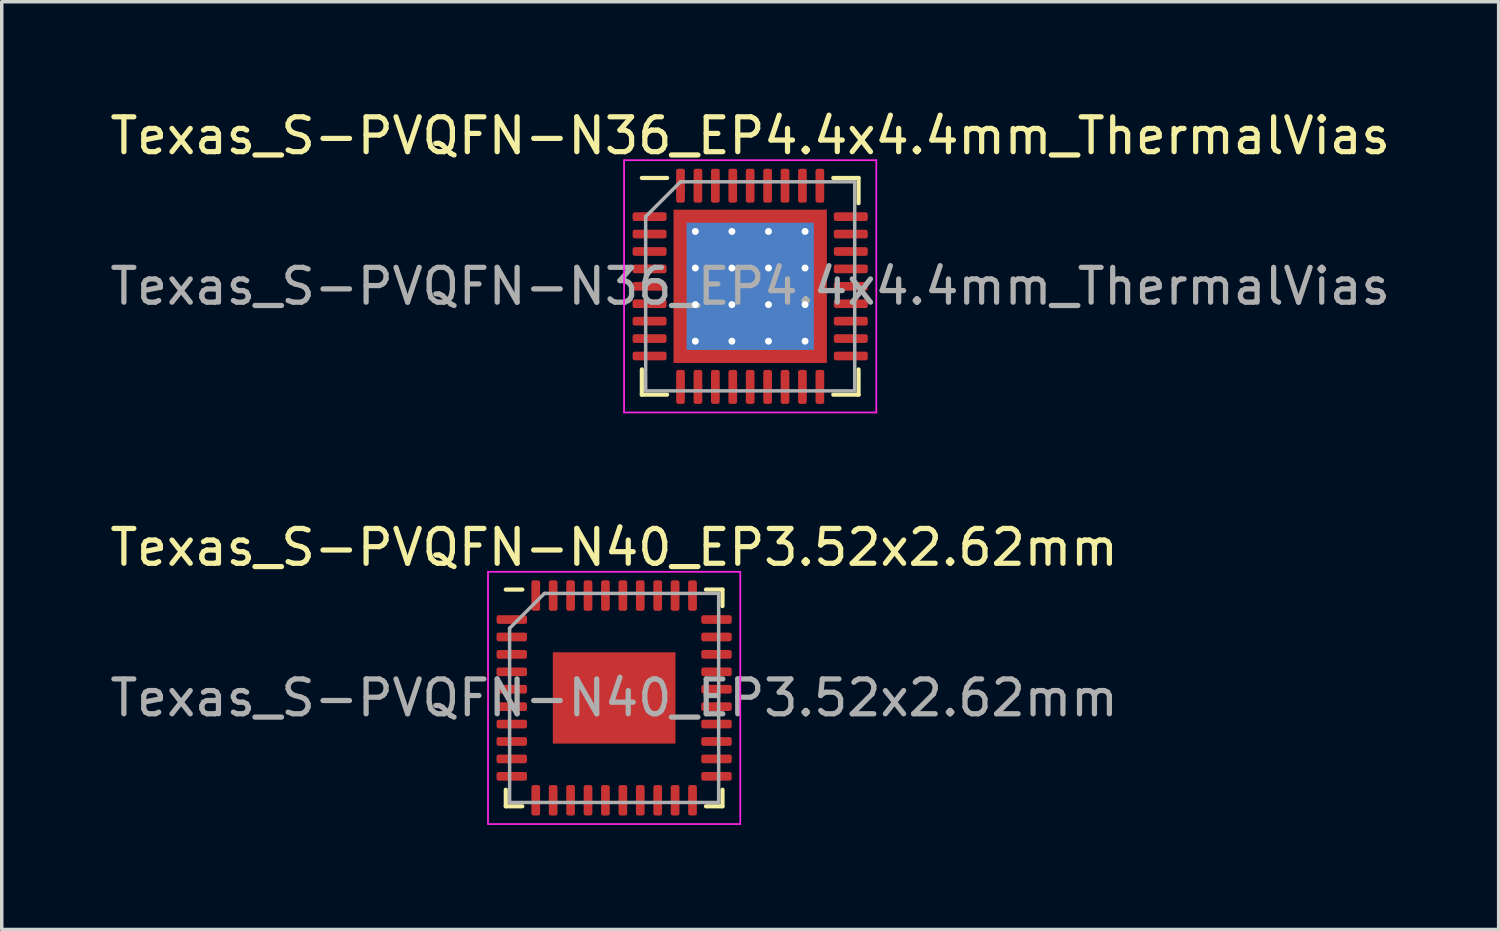
<source format=kicad_pcb>
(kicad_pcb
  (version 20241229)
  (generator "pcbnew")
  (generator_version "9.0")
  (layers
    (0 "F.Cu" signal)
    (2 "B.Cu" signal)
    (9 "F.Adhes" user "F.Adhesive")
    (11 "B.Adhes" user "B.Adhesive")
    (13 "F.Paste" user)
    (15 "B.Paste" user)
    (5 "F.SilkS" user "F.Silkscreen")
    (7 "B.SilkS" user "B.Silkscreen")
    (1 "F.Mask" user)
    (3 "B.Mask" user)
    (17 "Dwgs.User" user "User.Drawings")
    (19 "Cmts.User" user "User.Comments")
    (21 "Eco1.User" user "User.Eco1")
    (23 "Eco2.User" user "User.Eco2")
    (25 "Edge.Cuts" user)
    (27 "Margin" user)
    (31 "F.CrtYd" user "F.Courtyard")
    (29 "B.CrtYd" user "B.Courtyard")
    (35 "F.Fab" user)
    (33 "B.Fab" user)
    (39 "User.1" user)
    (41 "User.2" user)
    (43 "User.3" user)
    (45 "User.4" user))
  (footprint "Texas_S-PVQFN-N40_EP3.52x2.62mm"
    (layer "F.Cu")
    (at 14.577 16.982)
    (property "Reference" "Texas_S-PVQFN-N40_EP3.52x2.62mm" (at 0 -4.32 0) (layer "F.SilkS") (effects (font (size 1 1) (thickness 0.15))))
    (attr smd)
    (fp_line (start -3.11 3.11) (end -3.11 2.635) (stroke (width 0.12) (type solid)) (layer "F.SilkS"))
    (fp_line (start -2.635 -3.11) (end -3.11 -3.11) (stroke (width 0.12) (type solid)) (layer "F.SilkS"))
    (fp_line (start -2.635 3.11) (end -3.11 3.11) (stroke (width 0.12) (type solid)) (layer "F.SilkS"))
    (fp_line (start 2.635 -3.11) (end 3.11 -3.11) (stroke (width 0.12) (type solid)) (layer "F.SilkS"))
    (fp_line (start 2.635 3.11) (end 3.11 3.11) (stroke (width 0.12) (type solid)) (layer "F.SilkS"))
    (fp_line (start 3.11 -3.11) (end 3.11 -2.635) (stroke (width 0.12) (type solid)) (layer "F.SilkS"))
    (fp_line (start 3.11 3.11) (end 3.11 2.635) (stroke (width 0.12) (type solid)) (layer "F.SilkS"))
    (fp_line (start -3.62 -3.62) (end -3.62 3.62) (stroke (width 0.05) (type solid)) (layer "F.CrtYd"))
    (fp_line (start -3.62 3.62) (end 3.62 3.62) (stroke (width 0.05) (type solid)) (layer "F.CrtYd"))
    (fp_line (start 3.62 -3.62) (end -3.62 -3.62) (stroke (width 0.05) (type solid)) (layer "F.CrtYd"))
    (fp_line (start 3.62 3.62) (end 3.62 -3.62) (stroke (width 0.05) (type solid)) (layer "F.CrtYd"))
    (fp_line (start -3 -2) (end -2 -3) (stroke (width 0.1) (type solid)) (layer "F.Fab"))
    (fp_line (start -3 3) (end -3 -2) (stroke (width 0.1) (type solid)) (layer "F.Fab"))
    (fp_line (start -2 -3) (end 3 -3) (stroke (width 0.1) (type solid)) (layer "F.Fab"))
    (fp_line (start 3 -3) (end 3 3) (stroke (width 0.1) (type solid)) (layer "F.Fab"))
    (fp_line (start 3 3) (end -3 3) (stroke (width 0.1) (type solid)) (layer "F.Fab"))
    (fp_text user "${REFERENCE}" (at 0 0 0) (layer "F.Fab") (effects (font (size 1 1) (thickness 0.15))))
    (pad "" smd roundrect (at -1.17 -0.655) (size 0.95 1.06) (layers "F.Paste") (roundrect_rratio 0.25))
    (pad "" smd roundrect (at -1.17 0.655) (size 0.95 1.06) (layers "F.Paste") (roundrect_rratio 0.25))
    (pad "" smd roundrect (at 0 -0.655) (size 0.95 1.06) (layers "F.Paste") (roundrect_rratio 0.25))
    (pad "" smd roundrect (at 0 0.655) (size 0.95 1.06) (layers "F.Paste") (roundrect_rratio 0.25))
    (pad "" smd roundrect (at 1.17 -0.655) (size 0.95 1.06) (layers "F.Paste") (roundrect_rratio 0.25))
    (pad "" smd roundrect (at 1.17 0.655) (size 0.95 1.06) (layers "F.Paste") (roundrect_rratio 0.25))
    (pad "1" smd roundrect (at -2.938 -2.25) (size 0.875 0.25) (layers "F.Cu" "F.Mask" "F.Paste") (roundrect_rratio 0.25))
    (pad "2" smd roundrect (at -2.938 -1.75) (size 0.875 0.25) (layers "F.Cu" "F.Mask" "F.Paste") (roundrect_rratio 0.25))
    (pad "3" smd roundrect (at -2.938 -1.25) (size 0.875 0.25) (layers "F.Cu" "F.Mask" "F.Paste") (roundrect_rratio 0.25))
    (pad "4" smd roundrect (at -2.938 -0.75) (size 0.875 0.25) (layers "F.Cu" "F.Mask" "F.Paste") (roundrect_rratio 0.25))
    (pad "5" smd roundrect (at -2.938 -0.25) (size 0.875 0.25) (layers "F.Cu" "F.Mask" "F.Paste") (roundrect_rratio 0.25))
    (pad "6" smd roundrect (at -2.938 0.25) (size 0.875 0.25) (layers "F.Cu" "F.Mask" "F.Paste") (roundrect_rratio 0.25))
    (pad "7" smd roundrect (at -2.938 0.75) (size 0.875 0.25) (layers "F.Cu" "F.Mask" "F.Paste") (roundrect_rratio 0.25))
    (pad "8" smd roundrect (at -2.938 1.25) (size 0.875 0.25) (layers "F.Cu" "F.Mask" "F.Paste") (roundrect_rratio 0.25))
    (pad "9" smd roundrect (at -2.938 1.75) (size 0.875 0.25) (layers "F.Cu" "F.Mask" "F.Paste") (roundrect_rratio 0.25))
    (pad "10" smd roundrect (at -2.938 2.25) (size 0.875 0.25) (layers "F.Cu" "F.Mask" "F.Paste") (roundrect_rratio 0.25))
    (pad "11" smd roundrect (at -2.25 2.938) (size 0.25 0.875) (layers "F.Cu" "F.Mask" "F.Paste") (roundrect_rratio 0.25))
    (pad "12" smd roundrect (at -1.75 2.938) (size 0.25 0.875) (layers "F.Cu" "F.Mask" "F.Paste") (roundrect_rratio 0.25))
    (pad "13" smd roundrect (at -1.25 2.938) (size 0.25 0.875) (layers "F.Cu" "F.Mask" "F.Paste") (roundrect_rratio 0.25))
    (pad "14" smd roundrect (at -0.75 2.938) (size 0.25 0.875) (layers "F.Cu" "F.Mask" "F.Paste") (roundrect_rratio 0.25))
    (pad "15" smd roundrect (at -0.25 2.938) (size 0.25 0.875) (layers "F.Cu" "F.Mask" "F.Paste") (roundrect_rratio 0.25))
    (pad "16" smd roundrect (at 0.25 2.938) (size 0.25 0.875) (layers "F.Cu" "F.Mask" "F.Paste") (roundrect_rratio 0.25))
    (pad "17" smd roundrect (at 0.75 2.938) (size 0.25 0.875) (layers "F.Cu" "F.Mask" "F.Paste") (roundrect_rratio 0.25))
    (pad "18" smd roundrect (at 1.25 2.938) (size 0.25 0.875) (layers "F.Cu" "F.Mask" "F.Paste") (roundrect_rratio 0.25))
    (pad "19" smd roundrect (at 1.75 2.938) (size 0.25 0.875) (layers "F.Cu" "F.Mask" "F.Paste") (roundrect_rratio 0.25))
    (pad "20" smd roundrect (at 2.25 2.938) (size 0.25 0.875) (layers "F.Cu" "F.Mask" "F.Paste") (roundrect_rratio 0.25))
    (pad "21" smd roundrect (at 2.938 2.25) (size 0.875 0.25) (layers "F.Cu" "F.Mask" "F.Paste") (roundrect_rratio 0.25))
    (pad "22" smd roundrect (at 2.938 1.75) (size 0.875 0.25) (layers "F.Cu" "F.Mask" "F.Paste") (roundrect_rratio 0.25))
    (pad "23" smd roundrect (at 2.938 1.25) (size 0.875 0.25) (layers "F.Cu" "F.Mask" "F.Paste") (roundrect_rratio 0.25))
    (pad "24" smd roundrect (at 2.938 0.75) (size 0.875 0.25) (layers "F.Cu" "F.Mask" "F.Paste") (roundrect_rratio 0.25))
    (pad "25" smd roundrect (at 2.938 0.25) (size 0.875 0.25) (layers "F.Cu" "F.Mask" "F.Paste") (roundrect_rratio 0.25))
    (pad "26" smd roundrect (at 2.938 -0.25) (size 0.875 0.25) (layers "F.Cu" "F.Mask" "F.Paste") (roundrect_rratio 0.25))
    (pad "27" smd roundrect (at 2.938 -0.75) (size 0.875 0.25) (layers "F.Cu" "F.Mask" "F.Paste") (roundrect_rratio 0.25))
    (pad "28" smd roundrect (at 2.938 -1.25) (size 0.875 0.25) (layers "F.Cu" "F.Mask" "F.Paste") (roundrect_rratio 0.25))
    (pad "29" smd roundrect (at 2.938 -1.75) (size 0.875 0.25) (layers "F.Cu" "F.Mask" "F.Paste") (roundrect_rratio 0.25))
    (pad "30" smd roundrect (at 2.938 -2.25) (size 0.875 0.25) (layers "F.Cu" "F.Mask" "F.Paste") (roundrect_rratio 0.25))
    (pad "31" smd roundrect (at 2.25 -2.938) (size 0.25 0.875) (layers "F.Cu" "F.Mask" "F.Paste") (roundrect_rratio 0.25))
    (pad "32" smd roundrect (at 1.75 -2.938) (size 0.25 0.875) (layers "F.Cu" "F.Mask" "F.Paste") (roundrect_rratio 0.25))
    (pad "33" smd roundrect (at 1.25 -2.938) (size 0.25 0.875) (layers "F.Cu" "F.Mask" "F.Paste") (roundrect_rratio 0.25))
    (pad "34" smd roundrect (at 0.75 -2.938) (size 0.25 0.875) (layers "F.Cu" "F.Mask" "F.Paste") (roundrect_rratio 0.25))
    (pad "35" smd roundrect (at 0.25 -2.938) (size 0.25 0.875) (layers "F.Cu" "F.Mask" "F.Paste") (roundrect_rratio 0.25))
    (pad "36" smd roundrect (at -0.25 -2.938) (size 0.25 0.875) (layers "F.Cu" "F.Mask" "F.Paste") (roundrect_rratio 0.25))
    (pad "37" smd roundrect (at -0.75 -2.938) (size 0.25 0.875) (layers "F.Cu" "F.Mask" "F.Paste") (roundrect_rratio 0.25))
    (pad "38" smd roundrect (at -1.25 -2.938) (size 0.25 0.875) (layers "F.Cu" "F.Mask" "F.Paste") (roundrect_rratio 0.25))
    (pad "39" smd roundrect (at -1.75 -2.938) (size 0.25 0.875) (layers "F.Cu" "F.Mask" "F.Paste") (roundrect_rratio 0.25))
    (pad "40" smd roundrect (at -2.25 -2.938) (size 0.25 0.875) (layers "F.Cu" "F.Mask" "F.Paste") (roundrect_rratio 0.25))
    (pad "41" smd rect (at 0 0) (size 3.52 2.62) (layers "F.Cu" "F.Mask")))
  (footprint "Texas_S-PVQFN-N36_EP4.4x4.4mm_ThermalVias"
    (layer "F.Cu")
    (at 18.482 5.168)
    (property "Reference" "Texas_S-PVQFN-N36_EP4.4x4.4mm_ThermalVias" (at 0 -4.32 0) (layer "F.SilkS") (effects (font (size 1 1) (thickness 0.15))))
    (attr smd)
    (fp_line (start -3.11 3.11) (end -3.11 2.385) (stroke (width 0.12) (type solid)) (layer "F.SilkS"))
    (fp_line (start -2.385 -3.11) (end -3.11 -3.11) (stroke (width 0.12) (type solid)) (layer "F.SilkS"))
    (fp_line (start -2.385 3.11) (end -3.11 3.11) (stroke (width 0.12) (type solid)) (layer "F.SilkS"))
    (fp_line (start 2.385 -3.11) (end 3.11 -3.11) (stroke (width 0.12) (type solid)) (layer "F.SilkS"))
    (fp_line (start 2.385 3.11) (end 3.11 3.11) (stroke (width 0.12) (type solid)) (layer "F.SilkS"))
    (fp_line (start 3.11 -3.11) (end 3.11 -2.385) (stroke (width 0.12) (type solid)) (layer "F.SilkS"))
    (fp_line (start 3.11 3.11) (end 3.11 2.385) (stroke (width 0.12) (type solid)) (layer "F.SilkS"))
    (fp_line (start -3.62 -3.62) (end -3.62 3.62) (stroke (width 0.05) (type solid)) (layer "F.CrtYd"))
    (fp_line (start -3.62 3.62) (end 3.62 3.62) (stroke (width 0.05) (type solid)) (layer "F.CrtYd"))
    (fp_line (start 3.62 -3.62) (end -3.62 -3.62) (stroke (width 0.05) (type solid)) (layer "F.CrtYd"))
    (fp_line (start 3.62 3.62) (end 3.62 -3.62) (stroke (width 0.05) (type solid)) (layer "F.CrtYd"))
    (fp_line (start -3 -2) (end -2 -3) (stroke (width 0.1) (type solid)) (layer "F.Fab"))
    (fp_line (start -3 3) (end -3 -2) (stroke (width 0.1) (type solid)) (layer "F.Fab"))
    (fp_line (start -2 -3) (end 3 -3) (stroke (width 0.1) (type solid)) (layer "F.Fab"))
    (fp_line (start 3 -3) (end 3 3) (stroke (width 0.1) (type solid)) (layer "F.Fab"))
    (fp_line (start 3 3) (end -3 3) (stroke (width 0.1) (type solid)) (layer "F.Fab"))
    (fp_text user "${REFERENCE}" (at 0 0 0) (layer "F.Fab") (effects (font (size 1 1) (thickness 0.15))))
    (pad "" smd custom (at -1.887 -1.887) (size 0.39 0.39) (layers "F.Paste") (options (anchor circle)) (primitives (gr_poly (pts (xy -0.138 -0.138) (xy 0.138 -0.138) (xy 0.138 0.043) (xy 0.043 0.138) (xy -0.138 0.138)) (width 0.229) (fill yes))))
    (pad "" smd custom (at -1.887 -1.05) (size 0.419 0.419) (layers "F.Paste") (options (anchor circle)) (primitives (gr_poly (pts (xy -0.167 -0.338) (xy 0.096 -0.338) (xy 0.167 -0.267) (xy 0.167 0.267) (xy 0.096 0.338) (xy -0.167 0.338)) (width 0.17) (fill yes))))
    (pad "" smd custom (at -1.887 0) (size 0.419 0.419) (layers "F.Paste") (options (anchor circle)) (primitives (gr_poly (pts (xy -0.167 -0.338) (xy 0.096 -0.338) (xy 0.167 -0.267) (xy 0.167 0.267) (xy 0.096 0.338) (xy -0.167 0.338)) (width 0.17) (fill yes))))
    (pad "" smd custom (at -1.887 1.05) (size 0.419 0.419) (layers "F.Paste") (options (anchor circle)) (primitives (gr_poly (pts (xy -0.167 -0.338) (xy 0.096 -0.338) (xy 0.167 -0.267) (xy 0.167 0.267) (xy 0.096 0.338) (xy -0.167 0.338)) (width 0.17) (fill yes))))
    (pad "" smd custom (at -1.887 1.887) (size 0.39 0.39) (layers "F.Paste") (options (anchor circle)) (primitives (gr_poly (pts (xy -0.138 -0.138) (xy 0.043 -0.138) (xy 0.138 -0.043) (xy 0.138 0.138) (xy -0.138 0.138)) (width 0.229) (fill yes))))
    (pad "" smd custom (at -1.05 -1.887) (size 0.419 0.419) (layers "F.Paste") (options (anchor circle)) (primitives (gr_poly (pts (xy -0.338 -0.167) (xy 0.338 -0.167) (xy 0.338 0.096) (xy 0.267 0.167) (xy -0.267 0.167) (xy -0.338 0.096)) (width 0.17) (fill yes))))
    (pad "" smd roundrect (at -1.05 -1.05) (size 0.847 0.847) (layers "F.Paste") (roundrect_rratio 0.25))
    (pad "" smd roundrect (at -1.05 0) (size 0.847 0.847) (layers "F.Paste") (roundrect_rratio 0.25))
    (pad "" smd roundrect (at -1.05 1.05) (size 0.847 0.847) (layers "F.Paste") (roundrect_rratio 0.25))
    (pad "" smd custom (at -1.05 1.887) (size 0.419 0.419) (layers "F.Paste") (options (anchor circle)) (primitives (gr_poly (pts (xy -0.338 -0.096) (xy -0.267 -0.167) (xy 0.267 -0.167) (xy 0.338 -0.096) (xy 0.338 0.167) (xy -0.338 0.167)) (width 0.17) (fill yes))))
    (pad "" smd custom (at 0 -1.887) (size 0.419 0.419) (layers "F.Paste") (options (anchor circle)) (primitives (gr_poly (pts (xy -0.338 -0.167) (xy 0.338 -0.167) (xy 0.338 0.096) (xy 0.267 0.167) (xy -0.267 0.167) (xy -0.338 0.096)) (width 0.17) (fill yes))))
    (pad "" smd roundrect (at 0 -1.05) (size 0.847 0.847) (layers "F.Paste") (roundrect_rratio 0.25))
    (pad "" smd roundrect (at 0 0) (size 0.847 0.847) (layers "F.Paste") (roundrect_rratio 0.25))
    (pad "" smd roundrect (at 0 1.05) (size 0.847 0.847) (layers "F.Paste") (roundrect_rratio 0.25))
    (pad "" smd custom (at 0 1.887) (size 0.419 0.419) (layers "F.Paste") (options (anchor circle)) (primitives (gr_poly (pts (xy -0.338 -0.096) (xy -0.267 -0.167) (xy 0.267 -0.167) (xy 0.338 -0.096) (xy 0.338 0.167) (xy -0.338 0.167)) (width 0.17) (fill yes))))
    (pad "" smd custom (at 1.05 -1.887) (size 0.419 0.419) (layers "F.Paste") (options (anchor circle)) (primitives (gr_poly (pts (xy -0.338 -0.167) (xy 0.338 -0.167) (xy 0.338 0.096) (xy 0.267 0.167) (xy -0.267 0.167) (xy -0.338 0.096)) (width 0.17) (fill yes))))
    (pad "" smd roundrect (at 1.05 -1.05) (size 0.847 0.847) (layers "F.Paste") (roundrect_rratio 0.25))
    (pad "" smd roundrect (at 1.05 0) (size 0.847 0.847) (layers "F.Paste") (roundrect_rratio 0.25))
    (pad "" smd roundrect (at 1.05 1.05) (size 0.847 0.847) (layers "F.Paste") (roundrect_rratio 0.25))
    (pad "" smd custom (at 1.05 1.887) (size 0.419 0.419) (layers "F.Paste") (options (anchor circle)) (primitives (gr_poly (pts (xy -0.338 -0.096) (xy -0.267 -0.167) (xy 0.267 -0.167) (xy 0.338 -0.096) (xy 0.338 0.167) (xy -0.338 0.167)) (width 0.17) (fill yes))))
    (pad "" smd custom (at 1.887 -1.887) (size 0.39 0.39) (layers "F.Paste") (options (anchor circle)) (primitives (gr_poly (pts (xy -0.138 -0.138) (xy 0.138 -0.138) (xy 0.138 0.138) (xy -0.043 0.138) (xy -0.138 0.043)) (width 0.229) (fill yes))))
    (pad "" smd custom (at 1.887 -1.05) (size 0.419 0.419) (layers "F.Paste") (options (anchor circle)) (primitives (gr_poly (pts (xy -0.167 -0.267) (xy -0.096 -0.338) (xy 0.167 -0.338) (xy 0.167 0.338) (xy -0.096 0.338) (xy -0.167 0.267)) (width 0.17) (fill yes))))
    (pad "" smd custom (at 1.887 0) (size 0.419 0.419) (layers "F.Paste") (options (anchor circle)) (primitives (gr_poly (pts (xy -0.167 -0.267) (xy -0.096 -0.338) (xy 0.167 -0.338) (xy 0.167 0.338) (xy -0.096 0.338) (xy -0.167 0.267)) (width 0.17) (fill yes))))
    (pad "" smd custom (at 1.887 1.05) (size 0.419 0.419) (layers "F.Paste") (options (anchor circle)) (primitives (gr_poly (pts (xy -0.167 -0.267) (xy -0.096 -0.338) (xy 0.167 -0.338) (xy 0.167 0.338) (xy -0.096 0.338) (xy -0.167 0.267)) (width 0.17) (fill yes))))
    (pad "" smd custom (at 1.887 1.887) (size 0.39 0.39) (layers "F.Paste") (options (anchor circle)) (primitives (gr_poly (pts (xy -0.138 -0.043) (xy -0.043 -0.138) (xy 0.138 -0.138) (xy 0.138 0.138) (xy -0.138 0.138)) (width 0.229) (fill yes))))
    (pad "1" smd roundrect (at -2.888 -2) (size 0.975 0.25) (layers "F.Cu" "F.Mask" "F.Paste") (roundrect_rratio 0.25))
    (pad "2" smd roundrect (at -2.888 -1.5) (size 0.975 0.25) (layers "F.Cu" "F.Mask" "F.Paste") (roundrect_rratio 0.25))
    (pad "3" smd roundrect (at -2.888 -1) (size 0.975 0.25) (layers "F.Cu" "F.Mask" "F.Paste") (roundrect_rratio 0.25))
    (pad "4" smd roundrect (at -2.888 -0.5) (size 0.975 0.25) (layers "F.Cu" "F.Mask" "F.Paste") (roundrect_rratio 0.25))
    (pad "5" smd roundrect (at -2.888 0) (size 0.975 0.25) (layers "F.Cu" "F.Mask" "F.Paste") (roundrect_rratio 0.25))
    (pad "6" smd roundrect (at -2.888 0.5) (size 0.975 0.25) (layers "F.Cu" "F.Mask" "F.Paste") (roundrect_rratio 0.25))
    (pad "7" smd roundrect (at -2.888 1) (size 0.975 0.25) (layers "F.Cu" "F.Mask" "F.Paste") (roundrect_rratio 0.25))
    (pad "8" smd roundrect (at -2.888 1.5) (size 0.975 0.25) (layers "F.Cu" "F.Mask" "F.Paste") (roundrect_rratio 0.25))
    (pad "9" smd roundrect (at -2.888 2) (size 0.975 0.25) (layers "F.Cu" "F.Mask" "F.Paste") (roundrect_rratio 0.25))
    (pad "10" smd roundrect (at -2 2.888) (size 0.25 0.975) (layers "F.Cu" "F.Mask" "F.Paste") (roundrect_rratio 0.25))
    (pad "11" smd roundrect (at -1.5 2.888) (size 0.25 0.975) (layers "F.Cu" "F.Mask" "F.Paste") (roundrect_rratio 0.25))
    (pad "12" smd roundrect (at -1 2.888) (size 0.25 0.975) (layers "F.Cu" "F.Mask" "F.Paste") (roundrect_rratio 0.25))
    (pad "13" smd roundrect (at -0.5 2.888) (size 0.25 0.975) (layers "F.Cu" "F.Mask" "F.Paste") (roundrect_rratio 0.25))
    (pad "14" smd roundrect (at 0 2.888) (size 0.25 0.975) (layers "F.Cu" "F.Mask" "F.Paste") (roundrect_rratio 0.25))
    (pad "15" smd roundrect (at 0.5 2.888) (size 0.25 0.975) (layers "F.Cu" "F.Mask" "F.Paste") (roundrect_rratio 0.25))
    (pad "16" smd roundrect (at 1 2.888) (size 0.25 0.975) (layers "F.Cu" "F.Mask" "F.Paste") (roundrect_rratio 0.25))
    (pad "17" smd roundrect (at 1.5 2.888) (size 0.25 0.975) (layers "F.Cu" "F.Mask" "F.Paste") (roundrect_rratio 0.25))
    (pad "18" smd roundrect (at 2 2.888) (size 0.25 0.975) (layers "F.Cu" "F.Mask" "F.Paste") (roundrect_rratio 0.25))
    (pad "19" smd roundrect (at 2.888 2) (size 0.975 0.25) (layers "F.Cu" "F.Mask" "F.Paste") (roundrect_rratio 0.25))
    (pad "20" smd roundrect (at 2.888 1.5) (size 0.975 0.25) (layers "F.Cu" "F.Mask" "F.Paste") (roundrect_rratio 0.25))
    (pad "21" smd roundrect (at 2.888 1) (size 0.975 0.25) (layers "F.Cu" "F.Mask" "F.Paste") (roundrect_rratio 0.25))
    (pad "22" smd roundrect (at 2.888 0.5) (size 0.975 0.25) (layers "F.Cu" "F.Mask" "F.Paste") (roundrect_rratio 0.25))
    (pad "23" smd roundrect (at 2.888 0) (size 0.975 0.25) (layers "F.Cu" "F.Mask" "F.Paste") (roundrect_rratio 0.25))
    (pad "24" smd roundrect (at 2.888 -0.5) (size 0.975 0.25) (layers "F.Cu" "F.Mask" "F.Paste") (roundrect_rratio 0.25))
    (pad "25" smd roundrect (at 2.888 -1) (size 0.975 0.25) (layers "F.Cu" "F.Mask" "F.Paste") (roundrect_rratio 0.25))
    (pad "26" smd roundrect (at 2.888 -1.5) (size 0.975 0.25) (layers "F.Cu" "F.Mask" "F.Paste") (roundrect_rratio 0.25))
    (pad "27" smd roundrect (at 2.888 -2) (size 0.975 0.25) (layers "F.Cu" "F.Mask" "F.Paste") (roundrect_rratio 0.25))
    (pad "28" smd roundrect (at 2 -2.888) (size 0.25 0.975) (layers "F.Cu" "F.Mask" "F.Paste") (roundrect_rratio 0.25))
    (pad "29" smd roundrect (at 1.5 -2.888) (size 0.25 0.975) (layers "F.Cu" "F.Mask" "F.Paste") (roundrect_rratio 0.25))
    (pad "30" smd roundrect (at 1 -2.888) (size 0.25 0.975) (layers "F.Cu" "F.Mask" "F.Paste") (roundrect_rratio 0.25))
    (pad "31" smd roundrect (at 0.5 -2.888) (size 0.25 0.975) (layers "F.Cu" "F.Mask" "F.Paste") (roundrect_rratio 0.25))
    (pad "32" smd roundrect (at 0 -2.888) (size 0.25 0.975) (layers "F.Cu" "F.Mask" "F.Paste") (roundrect_rratio 0.25))
    (pad "33" smd roundrect (at -0.5 -2.888) (size 0.25 0.975) (layers "F.Cu" "F.Mask" "F.Paste") (roundrect_rratio 0.25))
    (pad "34" smd roundrect (at -1 -2.888) (size 0.25 0.975) (layers "F.Cu" "F.Mask" "F.Paste") (roundrect_rratio 0.25))
    (pad "35" smd roundrect (at -1.5 -2.888) (size 0.25 0.975) (layers "F.Cu" "F.Mask" "F.Paste") (roundrect_rratio 0.25))
    (pad "36" smd roundrect (at -2 -2.888) (size 0.25 0.975) (layers "F.Cu" "F.Mask" "F.Paste") (roundrect_rratio 0.25))
    (pad "37" thru_hole circle (at -1.575 -1.575) (size 0.5 0.5) (drill 0.2) (layers "*.Cu"))
    (pad "37" thru_hole circle (at -1.575 -0.525) (size 0.5 0.5) (drill 0.2) (layers "*.Cu"))
    (pad "37" thru_hole circle (at -1.575 0.525) (size 0.5 0.5) (drill 0.2) (layers "*.Cu"))
    (pad "37" thru_hole circle (at -1.575 1.575) (size 0.5 0.5) (drill 0.2) (layers "*.Cu"))
    (pad "37" thru_hole circle (at -0.525 -1.575) (size 0.5 0.5) (drill 0.2) (layers "*.Cu"))
    (pad "37" thru_hole circle (at -0.525 -0.525) (size 0.5 0.5) (drill 0.2) (layers "*.Cu"))
    (pad "37" thru_hole circle (at -0.525 0.525) (size 0.5 0.5) (drill 0.2) (layers "*.Cu"))
    (pad "37" thru_hole circle (at -0.525 1.575) (size 0.5 0.5) (drill 0.2) (layers "*.Cu"))
    (pad "37" smd rect (at 0 0) (size 3.65 3.65) (layers "B.Cu"))
    (pad "37" smd rect (at 0 0) (size 4.4 4.4) (layers "F.Cu" "F.Mask"))
    (pad "37" thru_hole circle (at 0.525 -1.575) (size 0.5 0.5) (drill 0.2) (layers "*.Cu"))
    (pad "37" thru_hole circle (at 0.525 -0.525) (size 0.5 0.5) (drill 0.2) (layers "*.Cu"))
    (pad "37" thru_hole circle (at 0.525 0.525) (size 0.5 0.5) (drill 0.2) (layers "*.Cu"))
    (pad "37" thru_hole circle (at 0.525 1.575) (size 0.5 0.5) (drill 0.2) (layers "*.Cu"))
    (pad "37" thru_hole circle (at 1.575 -1.575) (size 0.5 0.5) (drill 0.2) (layers "*.Cu"))
    (pad "37" thru_hole circle (at 1.575 -0.525) (size 0.5 0.5) (drill 0.2) (layers "*.Cu"))
    (pad "37" thru_hole circle (at 1.575 0.525) (size 0.5 0.5) (drill 0.2) (layers "*.Cu"))
    (pad "37" thru_hole circle (at 1.575 1.575) (size 0.5 0.5) (drill 0.2) (layers "*.Cu")))
  (gr_rect
    (start -3 -3)
    (end 39.964 23.627)
    (stroke (width 0.1) (type default))
    (fill no)
    (layer "Edge.Cuts")))
</source>
